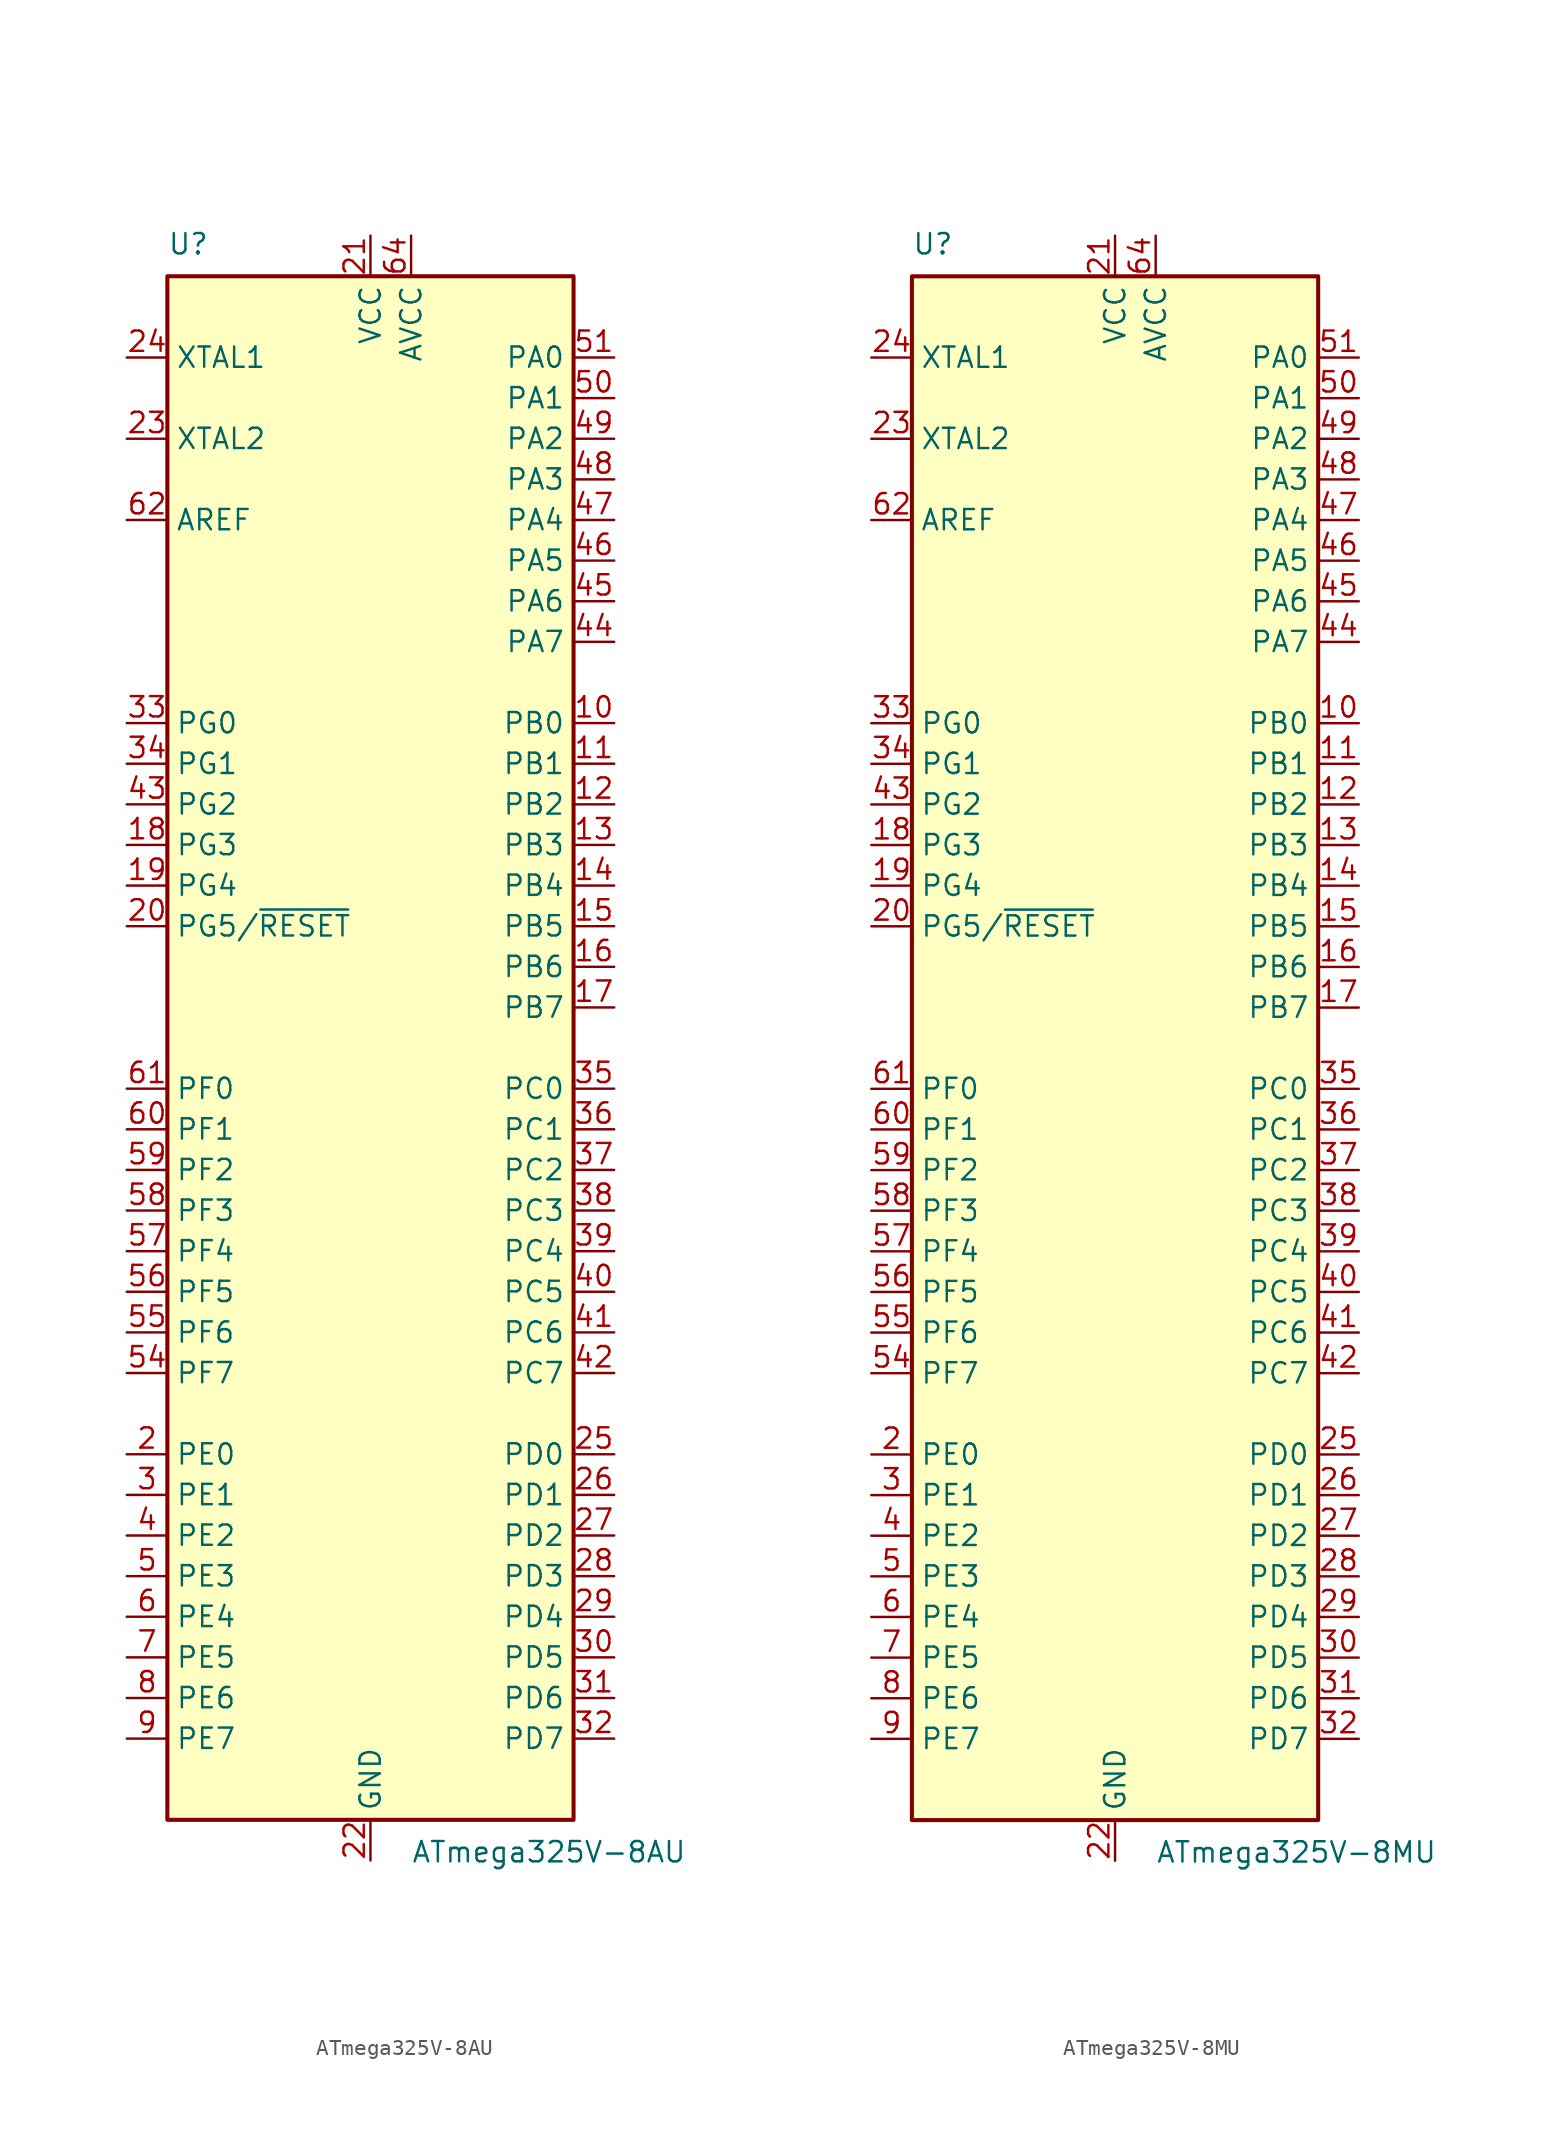
<source format=kicad_sym>
(kicad_symbol_lib
  (version 20211014)
  (generator kicad_symbol_editor)
  (symbol "ATmega325V-8AU"
    (property "Reference" "U"
      (at -12.7 49.53 0)
      (effects (font (size 1.27 1.27)) (justify left bottom)))
    (property "Value" "ATmega325V-8AU"
      (at 2.54 -49.53 0)
      (effects (font (size 1.27 1.27)) (justify left top)))
    (symbol "ATmega325V-8AU_0_1"
      (rectangle (start -12.7 -48.26) (end 12.7 48.26) (stroke (width 0.254) (type default) (color 0 0 0 0)) (fill (type background))))
    (symbol "ATmega325V-8AU_1_1"
      (pin no_connect line (at -12.7 -45.72 0) (length 2.54) hide (name "NC" (effects (font (size 1.27 1.27)))) (number "1" (effects (font (size 1.27 1.27)))))
      (pin bidirectional line (at 15.24 20.32 180) (length 2.54) (name "PB0" (effects (font (size 1.27 1.27)))) (number "10" (effects (font (size 1.27 1.27)))))
      (pin bidirectional line (at 15.24 17.78 180) (length 2.54) (name "PB1" (effects (font (size 1.27 1.27)))) (number "11" (effects (font (size 1.27 1.27)))))
      (pin bidirectional line (at 15.24 15.24 180) (length 2.54) (name "PB2" (effects (font (size 1.27 1.27)))) (number "12" (effects (font (size 1.27 1.27)))))
      (pin bidirectional line (at 15.24 12.7 180) (length 2.54) (name "PB3" (effects (font (size 1.27 1.27)))) (number "13" (effects (font (size 1.27 1.27)))))
      (pin bidirectional line (at 15.24 10.16 180) (length 2.54) (name "PB4" (effects (font (size 1.27 1.27)))) (number "14" (effects (font (size 1.27 1.27)))))
      (pin bidirectional line (at 15.24 7.62 180) (length 2.54) (name "PB5" (effects (font (size 1.27 1.27)))) (number "15" (effects (font (size 1.27 1.27)))))
      (pin bidirectional line (at 15.24 5.08 180) (length 2.54) (name "PB6" (effects (font (size 1.27 1.27)))) (number "16" (effects (font (size 1.27 1.27)))))
      (pin bidirectional line (at 15.24 2.54 180) (length 2.54) (name "PB7" (effects (font (size 1.27 1.27)))) (number "17" (effects (font (size 1.27 1.27)))))
      (pin bidirectional line (at -15.24 12.7 0) (length 2.54) (name "PG3" (effects (font (size 1.27 1.27)))) (number "18" (effects (font (size 1.27 1.27)))))
      (pin bidirectional line (at -15.24 10.16 0) (length 2.54) (name "PG4" (effects (font (size 1.27 1.27)))) (number "19" (effects (font (size 1.27 1.27)))))
      (pin bidirectional line (at -15.24 -25.4 0) (length 2.54) (name "PE0" (effects (font (size 1.27 1.27)))) (number "2" (effects (font (size 1.27 1.27)))))
      (pin bidirectional line (at -15.24 7.62 0) (length 2.54) (name "PG5/~{RESET}" (effects (font (size 1.27 1.27)))) (number "20" (effects (font (size 1.27 1.27)))))
      (pin power_in line (at 0 50.8 270) (length 2.54) (name "VCC" (effects (font (size 1.27 1.27)))) (number "21" (effects (font (size 1.27 1.27)))))
      (pin power_in line (at 0 -50.8 90) (length 2.54) (name "GND" (effects (font (size 1.27 1.27)))) (number "22" (effects (font (size 1.27 1.27)))))
      (pin output line (at -15.24 38.1 0) (length 2.54) (name "XTAL2" (effects (font (size 1.27 1.27)))) (number "23" (effects (font (size 1.27 1.27)))))
      (pin input line (at -15.24 43.18 0) (length 2.54) (name "XTAL1" (effects (font (size 1.27 1.27)))) (number "24" (effects (font (size 1.27 1.27)))))
      (pin bidirectional line (at 15.24 -25.4 180) (length 2.54) (name "PD0" (effects (font (size 1.27 1.27)))) (number "25" (effects (font (size 1.27 1.27)))))
      (pin bidirectional line (at 15.24 -27.94 180) (length 2.54) (name "PD1" (effects (font (size 1.27 1.27)))) (number "26" (effects (font (size 1.27 1.27)))))
      (pin bidirectional line (at 15.24 -30.48 180) (length 2.54) (name "PD2" (effects (font (size 1.27 1.27)))) (number "27" (effects (font (size 1.27 1.27)))))
      (pin bidirectional line (at 15.24 -33.02 180) (length 2.54) (name "PD3" (effects (font (size 1.27 1.27)))) (number "28" (effects (font (size 1.27 1.27)))))
      (pin bidirectional line (at 15.24 -35.56 180) (length 2.54) (name "PD4" (effects (font (size 1.27 1.27)))) (number "29" (effects (font (size 1.27 1.27)))))
      (pin bidirectional line (at -15.24 -27.94 0) (length 2.54) (name "PE1" (effects (font (size 1.27 1.27)))) (number "3" (effects (font (size 1.27 1.27)))))
      (pin bidirectional line (at 15.24 -38.1 180) (length 2.54) (name "PD5" (effects (font (size 1.27 1.27)))) (number "30" (effects (font (size 1.27 1.27)))))
      (pin bidirectional line (at 15.24 -40.64 180) (length 2.54) (name "PD6" (effects (font (size 1.27 1.27)))) (number "31" (effects (font (size 1.27 1.27)))))
      (pin bidirectional line (at 15.24 -43.18 180) (length 2.54) (name "PD7" (effects (font (size 1.27 1.27)))) (number "32" (effects (font (size 1.27 1.27)))))
      (pin bidirectional line (at -15.24 20.32 0) (length 2.54) (name "PG0" (effects (font (size 1.27 1.27)))) (number "33" (effects (font (size 1.27 1.27)))))
      (pin bidirectional line (at -15.24 17.78 0) (length 2.54) (name "PG1" (effects (font (size 1.27 1.27)))) (number "34" (effects (font (size 1.27 1.27)))))
      (pin bidirectional line (at 15.24 -2.54 180) (length 2.54) (name "PC0" (effects (font (size 1.27 1.27)))) (number "35" (effects (font (size 1.27 1.27)))))
      (pin bidirectional line (at 15.24 -5.08 180) (length 2.54) (name "PC1" (effects (font (size 1.27 1.27)))) (number "36" (effects (font (size 1.27 1.27)))))
      (pin bidirectional line (at 15.24 -7.62 180) (length 2.54) (name "PC2" (effects (font (size 1.27 1.27)))) (number "37" (effects (font (size 1.27 1.27)))))
      (pin bidirectional line (at 15.24 -10.16 180) (length 2.54) (name "PC3" (effects (font (size 1.27 1.27)))) (number "38" (effects (font (size 1.27 1.27)))))
      (pin bidirectional line (at 15.24 -12.7 180) (length 2.54) (name "PC4" (effects (font (size 1.27 1.27)))) (number "39" (effects (font (size 1.27 1.27)))))
      (pin bidirectional line (at -15.24 -30.48 0) (length 2.54) (name "PE2" (effects (font (size 1.27 1.27)))) (number "4" (effects (font (size 1.27 1.27)))))
      (pin bidirectional line (at 15.24 -15.24 180) (length 2.54) (name "PC5" (effects (font (size 1.27 1.27)))) (number "40" (effects (font (size 1.27 1.27)))))
      (pin bidirectional line (at 15.24 -17.78 180) (length 2.54) (name "PC6" (effects (font (size 1.27 1.27)))) (number "41" (effects (font (size 1.27 1.27)))))
      (pin bidirectional line (at 15.24 -20.32 180) (length 2.54) (name "PC7" (effects (font (size 1.27 1.27)))) (number "42" (effects (font (size 1.27 1.27)))))
      (pin bidirectional line (at -15.24 15.24 0) (length 2.54) (name "PG2" (effects (font (size 1.27 1.27)))) (number "43" (effects (font (size 1.27 1.27)))))
      (pin bidirectional line (at 15.24 25.4 180) (length 2.54) (name "PA7" (effects (font (size 1.27 1.27)))) (number "44" (effects (font (size 1.27 1.27)))))
      (pin bidirectional line (at 15.24 27.94 180) (length 2.54) (name "PA6" (effects (font (size 1.27 1.27)))) (number "45" (effects (font (size 1.27 1.27)))))
      (pin bidirectional line (at 15.24 30.48 180) (length 2.54) (name "PA5" (effects (font (size 1.27 1.27)))) (number "46" (effects (font (size 1.27 1.27)))))
      (pin bidirectional line (at 15.24 33.02 180) (length 2.54) (name "PA4" (effects (font (size 1.27 1.27)))) (number "47" (effects (font (size 1.27 1.27)))))
      (pin bidirectional line (at 15.24 35.56 180) (length 2.54) (name "PA3" (effects (font (size 1.27 1.27)))) (number "48" (effects (font (size 1.27 1.27)))))
      (pin bidirectional line (at 15.24 38.1 180) (length 2.54) (name "PA2" (effects (font (size 1.27 1.27)))) (number "49" (effects (font (size 1.27 1.27)))))
      (pin bidirectional line (at -15.24 -33.02 0) (length 2.54) (name "PE3" (effects (font (size 1.27 1.27)))) (number "5" (effects (font (size 1.27 1.27)))))
      (pin bidirectional line (at 15.24 40.64 180) (length 2.54) (name "PA1" (effects (font (size 1.27 1.27)))) (number "50" (effects (font (size 1.27 1.27)))))
      (pin bidirectional line (at 15.24 43.18 180) (length 2.54) (name "PA0" (effects (font (size 1.27 1.27)))) (number "51" (effects (font (size 1.27 1.27)))))
      (pin passive line (at 0 50.8 270) (length 2.54) hide (name "VCC" (effects (font (size 1.27 1.27)))) (number "52" (effects (font (size 1.27 1.27)))))
      (pin passive line (at 0 -50.8 90) (length 2.54) hide (name "GND" (effects (font (size 1.27 1.27)))) (number "53" (effects (font (size 1.27 1.27)))))
      (pin bidirectional line (at -15.24 -20.32 0) (length 2.54) (name "PF7" (effects (font (size 1.27 1.27)))) (number "54" (effects (font (size 1.27 1.27)))))
      (pin bidirectional line (at -15.24 -17.78 0) (length 2.54) (name "PF6" (effects (font (size 1.27 1.27)))) (number "55" (effects (font (size 1.27 1.27)))))
      (pin bidirectional line (at -15.24 -15.24 0) (length 2.54) (name "PF5" (effects (font (size 1.27 1.27)))) (number "56" (effects (font (size 1.27 1.27)))))
      (pin bidirectional line (at -15.24 -12.7 0) (length 2.54) (name "PF4" (effects (font (size 1.27 1.27)))) (number "57" (effects (font (size 1.27 1.27)))))
      (pin bidirectional line (at -15.24 -10.16 0) (length 2.54) (name "PF3" (effects (font (size 1.27 1.27)))) (number "58" (effects (font (size 1.27 1.27)))))
      (pin bidirectional line (at -15.24 -7.62 0) (length 2.54) (name "PF2" (effects (font (size 1.27 1.27)))) (number "59" (effects (font (size 1.27 1.27)))))
      (pin bidirectional line (at -15.24 -35.56 0) (length 2.54) (name "PE4" (effects (font (size 1.27 1.27)))) (number "6" (effects (font (size 1.27 1.27)))))
      (pin bidirectional line (at -15.24 -5.08 0) (length 2.54) (name "PF1" (effects (font (size 1.27 1.27)))) (number "60" (effects (font (size 1.27 1.27)))))
      (pin bidirectional line (at -15.24 -2.54 0) (length 2.54) (name "PF0" (effects (font (size 1.27 1.27)))) (number "61" (effects (font (size 1.27 1.27)))))
      (pin passive line (at -15.24 33.02 0) (length 2.54) (name "AREF" (effects (font (size 1.27 1.27)))) (number "62" (effects (font (size 1.27 1.27)))))
      (pin passive line (at 0 -50.8 90) (length 2.54) hide (name "GND" (effects (font (size 1.27 1.27)))) (number "63" (effects (font (size 1.27 1.27)))))
      (pin power_in line (at 2.54 50.8 270) (length 2.54) (name "AVCC" (effects (font (size 1.27 1.27)))) (number "64" (effects (font (size 1.27 1.27)))))
      (pin bidirectional line (at -15.24 -38.1 0) (length 2.54) (name "PE5" (effects (font (size 1.27 1.27)))) (number "7" (effects (font (size 1.27 1.27)))))
      (pin bidirectional line (at -15.24 -40.64 0) (length 2.54) (name "PE6" (effects (font (size 1.27 1.27)))) (number "8" (effects (font (size 1.27 1.27)))))
      (pin bidirectional line (at -15.24 -43.18 0) (length 2.54) (name "PE7" (effects (font (size 1.27 1.27)))) (number "9" (effects (font (size 1.27 1.27)))))))
  (symbol "ATmega325V-8MU"
    (property "Reference" "U"
      (at -12.7 49.53 0)
      (effects (font (size 1.27 1.27)) (justify left bottom)))
    (property "Value" "ATmega325V-8MU"
      (at 2.54 -49.53 0)
      (effects (font (size 1.27 1.27)) (justify left top)))
    (symbol "ATmega325V-8MU_0_1"
      (rectangle (start -12.7 -48.26) (end 12.7 48.26) (stroke (width 0.254) (type default) (color 0 0 0 0)) (fill (type background))))
    (symbol "ATmega325V-8MU_1_1"
      (pin no_connect line (at -12.7 -45.72 0) (length 2.54) hide (name "NC" (effects (font (size 1.27 1.27)))) (number "1" (effects (font (size 1.27 1.27)))))
      (pin bidirectional line (at 15.24 20.32 180) (length 2.54) (name "PB0" (effects (font (size 1.27 1.27)))) (number "10" (effects (font (size 1.27 1.27)))))
      (pin bidirectional line (at 15.24 17.78 180) (length 2.54) (name "PB1" (effects (font (size 1.27 1.27)))) (number "11" (effects (font (size 1.27 1.27)))))
      (pin bidirectional line (at 15.24 15.24 180) (length 2.54) (name "PB2" (effects (font (size 1.27 1.27)))) (number "12" (effects (font (size 1.27 1.27)))))
      (pin bidirectional line (at 15.24 12.7 180) (length 2.54) (name "PB3" (effects (font (size 1.27 1.27)))) (number "13" (effects (font (size 1.27 1.27)))))
      (pin bidirectional line (at 15.24 10.16 180) (length 2.54) (name "PB4" (effects (font (size 1.27 1.27)))) (number "14" (effects (font (size 1.27 1.27)))))
      (pin bidirectional line (at 15.24 7.62 180) (length 2.54) (name "PB5" (effects (font (size 1.27 1.27)))) (number "15" (effects (font (size 1.27 1.27)))))
      (pin bidirectional line (at 15.24 5.08 180) (length 2.54) (name "PB6" (effects (font (size 1.27 1.27)))) (number "16" (effects (font (size 1.27 1.27)))))
      (pin bidirectional line (at 15.24 2.54 180) (length 2.54) (name "PB7" (effects (font (size 1.27 1.27)))) (number "17" (effects (font (size 1.27 1.27)))))
      (pin bidirectional line (at -15.24 12.7 0) (length 2.54) (name "PG3" (effects (font (size 1.27 1.27)))) (number "18" (effects (font (size 1.27 1.27)))))
      (pin bidirectional line (at -15.24 10.16 0) (length 2.54) (name "PG4" (effects (font (size 1.27 1.27)))) (number "19" (effects (font (size 1.27 1.27)))))
      (pin bidirectional line (at -15.24 -25.4 0) (length 2.54) (name "PE0" (effects (font (size 1.27 1.27)))) (number "2" (effects (font (size 1.27 1.27)))))
      (pin bidirectional line (at -15.24 7.62 0) (length 2.54) (name "PG5/~{RESET}" (effects (font (size 1.27 1.27)))) (number "20" (effects (font (size 1.27 1.27)))))
      (pin power_in line (at 0 50.8 270) (length 2.54) (name "VCC" (effects (font (size 1.27 1.27)))) (number "21" (effects (font (size 1.27 1.27)))))
      (pin power_in line (at 0 -50.8 90) (length 2.54) (name "GND" (effects (font (size 1.27 1.27)))) (number "22" (effects (font (size 1.27 1.27)))))
      (pin output line (at -15.24 38.1 0) (length 2.54) (name "XTAL2" (effects (font (size 1.27 1.27)))) (number "23" (effects (font (size 1.27 1.27)))))
      (pin input line (at -15.24 43.18 0) (length 2.54) (name "XTAL1" (effects (font (size 1.27 1.27)))) (number "24" (effects (font (size 1.27 1.27)))))
      (pin bidirectional line (at 15.24 -25.4 180) (length 2.54) (name "PD0" (effects (font (size 1.27 1.27)))) (number "25" (effects (font (size 1.27 1.27)))))
      (pin bidirectional line (at 15.24 -27.94 180) (length 2.54) (name "PD1" (effects (font (size 1.27 1.27)))) (number "26" (effects (font (size 1.27 1.27)))))
      (pin bidirectional line (at 15.24 -30.48 180) (length 2.54) (name "PD2" (effects (font (size 1.27 1.27)))) (number "27" (effects (font (size 1.27 1.27)))))
      (pin bidirectional line (at 15.24 -33.02 180) (length 2.54) (name "PD3" (effects (font (size 1.27 1.27)))) (number "28" (effects (font (size 1.27 1.27)))))
      (pin bidirectional line (at 15.24 -35.56 180) (length 2.54) (name "PD4" (effects (font (size 1.27 1.27)))) (number "29" (effects (font (size 1.27 1.27)))))
      (pin bidirectional line (at -15.24 -27.94 0) (length 2.54) (name "PE1" (effects (font (size 1.27 1.27)))) (number "3" (effects (font (size 1.27 1.27)))))
      (pin bidirectional line (at 15.24 -38.1 180) (length 2.54) (name "PD5" (effects (font (size 1.27 1.27)))) (number "30" (effects (font (size 1.27 1.27)))))
      (pin bidirectional line (at 15.24 -40.64 180) (length 2.54) (name "PD6" (effects (font (size 1.27 1.27)))) (number "31" (effects (font (size 1.27 1.27)))))
      (pin bidirectional line (at 15.24 -43.18 180) (length 2.54) (name "PD7" (effects (font (size 1.27 1.27)))) (number "32" (effects (font (size 1.27 1.27)))))
      (pin bidirectional line (at -15.24 20.32 0) (length 2.54) (name "PG0" (effects (font (size 1.27 1.27)))) (number "33" (effects (font (size 1.27 1.27)))))
      (pin bidirectional line (at -15.24 17.78 0) (length 2.54) (name "PG1" (effects (font (size 1.27 1.27)))) (number "34" (effects (font (size 1.27 1.27)))))
      (pin bidirectional line (at 15.24 -2.54 180) (length 2.54) (name "PC0" (effects (font (size 1.27 1.27)))) (number "35" (effects (font (size 1.27 1.27)))))
      (pin bidirectional line (at 15.24 -5.08 180) (length 2.54) (name "PC1" (effects (font (size 1.27 1.27)))) (number "36" (effects (font (size 1.27 1.27)))))
      (pin bidirectional line (at 15.24 -7.62 180) (length 2.54) (name "PC2" (effects (font (size 1.27 1.27)))) (number "37" (effects (font (size 1.27 1.27)))))
      (pin bidirectional line (at 15.24 -10.16 180) (length 2.54) (name "PC3" (effects (font (size 1.27 1.27)))) (number "38" (effects (font (size 1.27 1.27)))))
      (pin bidirectional line (at 15.24 -12.7 180) (length 2.54) (name "PC4" (effects (font (size 1.27 1.27)))) (number "39" (effects (font (size 1.27 1.27)))))
      (pin bidirectional line (at -15.24 -30.48 0) (length 2.54) (name "PE2" (effects (font (size 1.27 1.27)))) (number "4" (effects (font (size 1.27 1.27)))))
      (pin bidirectional line (at 15.24 -15.24 180) (length 2.54) (name "PC5" (effects (font (size 1.27 1.27)))) (number "40" (effects (font (size 1.27 1.27)))))
      (pin bidirectional line (at 15.24 -17.78 180) (length 2.54) (name "PC6" (effects (font (size 1.27 1.27)))) (number "41" (effects (font (size 1.27 1.27)))))
      (pin bidirectional line (at 15.24 -20.32 180) (length 2.54) (name "PC7" (effects (font (size 1.27 1.27)))) (number "42" (effects (font (size 1.27 1.27)))))
      (pin bidirectional line (at -15.24 15.24 0) (length 2.54) (name "PG2" (effects (font (size 1.27 1.27)))) (number "43" (effects (font (size 1.27 1.27)))))
      (pin bidirectional line (at 15.24 25.4 180) (length 2.54) (name "PA7" (effects (font (size 1.27 1.27)))) (number "44" (effects (font (size 1.27 1.27)))))
      (pin bidirectional line (at 15.24 27.94 180) (length 2.54) (name "PA6" (effects (font (size 1.27 1.27)))) (number "45" (effects (font (size 1.27 1.27)))))
      (pin bidirectional line (at 15.24 30.48 180) (length 2.54) (name "PA5" (effects (font (size 1.27 1.27)))) (number "46" (effects (font (size 1.27 1.27)))))
      (pin bidirectional line (at 15.24 33.02 180) (length 2.54) (name "PA4" (effects (font (size 1.27 1.27)))) (number "47" (effects (font (size 1.27 1.27)))))
      (pin bidirectional line (at 15.24 35.56 180) (length 2.54) (name "PA3" (effects (font (size 1.27 1.27)))) (number "48" (effects (font (size 1.27 1.27)))))
      (pin bidirectional line (at 15.24 38.1 180) (length 2.54) (name "PA2" (effects (font (size 1.27 1.27)))) (number "49" (effects (font (size 1.27 1.27)))))
      (pin bidirectional line (at -15.24 -33.02 0) (length 2.54) (name "PE3" (effects (font (size 1.27 1.27)))) (number "5" (effects (font (size 1.27 1.27)))))
      (pin bidirectional line (at 15.24 40.64 180) (length 2.54) (name "PA1" (effects (font (size 1.27 1.27)))) (number "50" (effects (font (size 1.27 1.27)))))
      (pin bidirectional line (at 15.24 43.18 180) (length 2.54) (name "PA0" (effects (font (size 1.27 1.27)))) (number "51" (effects (font (size 1.27 1.27)))))
      (pin passive line (at 0 50.8 270) (length 2.54) hide (name "VCC" (effects (font (size 1.27 1.27)))) (number "52" (effects (font (size 1.27 1.27)))))
      (pin passive line (at 0 -50.8 90) (length 2.54) hide (name "GND" (effects (font (size 1.27 1.27)))) (number "53" (effects (font (size 1.27 1.27)))))
      (pin bidirectional line (at -15.24 -20.32 0) (length 2.54) (name "PF7" (effects (font (size 1.27 1.27)))) (number "54" (effects (font (size 1.27 1.27)))))
      (pin bidirectional line (at -15.24 -17.78 0) (length 2.54) (name "PF6" (effects (font (size 1.27 1.27)))) (number "55" (effects (font (size 1.27 1.27)))))
      (pin bidirectional line (at -15.24 -15.24 0) (length 2.54) (name "PF5" (effects (font (size 1.27 1.27)))) (number "56" (effects (font (size 1.27 1.27)))))
      (pin bidirectional line (at -15.24 -12.7 0) (length 2.54) (name "PF4" (effects (font (size 1.27 1.27)))) (number "57" (effects (font (size 1.27 1.27)))))
      (pin bidirectional line (at -15.24 -10.16 0) (length 2.54) (name "PF3" (effects (font (size 1.27 1.27)))) (number "58" (effects (font (size 1.27 1.27)))))
      (pin bidirectional line (at -15.24 -7.62 0) (length 2.54) (name "PF2" (effects (font (size 1.27 1.27)))) (number "59" (effects (font (size 1.27 1.27)))))
      (pin bidirectional line (at -15.24 -35.56 0) (length 2.54) (name "PE4" (effects (font (size 1.27 1.27)))) (number "6" (effects (font (size 1.27 1.27)))))
      (pin bidirectional line (at -15.24 -5.08 0) (length 2.54) (name "PF1" (effects (font (size 1.27 1.27)))) (number "60" (effects (font (size 1.27 1.27)))))
      (pin bidirectional line (at -15.24 -2.54 0) (length 2.54) (name "PF0" (effects (font (size 1.27 1.27)))) (number "61" (effects (font (size 1.27 1.27)))))
      (pin passive line (at -15.24 33.02 0) (length 2.54) (name "AREF" (effects (font (size 1.27 1.27)))) (number "62" (effects (font (size 1.27 1.27)))))
      (pin passive line (at 0 -50.8 90) (length 2.54) hide (name "GND" (effects (font (size 1.27 1.27)))) (number "63" (effects (font (size 1.27 1.27)))))
      (pin power_in line (at 2.54 50.8 270) (length 2.54) (name "AVCC" (effects (font (size 1.27 1.27)))) (number "64" (effects (font (size 1.27 1.27)))))
      (pin passive line (at 0 -50.8 90) (length 2.54) hide (name "GND" (effects (font (size 1.27 1.27)))) (number "65" (effects (font (size 1.27 1.27)))))
      (pin bidirectional line (at -15.24 -38.1 0) (length 2.54) (name "PE5" (effects (font (size 1.27 1.27)))) (number "7" (effects (font (size 1.27 1.27)))))
      (pin bidirectional line (at -15.24 -40.64 0) (length 2.54) (name "PE6" (effects (font (size 1.27 1.27)))) (number "8" (effects (font (size 1.27 1.27)))))
      (pin bidirectional line (at -15.24 -43.18 0) (length 2.54) (name "PE7" (effects (font (size 1.27 1.27)))) (number "9" (effects (font (size 1.27 1.27))))))))
</source>
